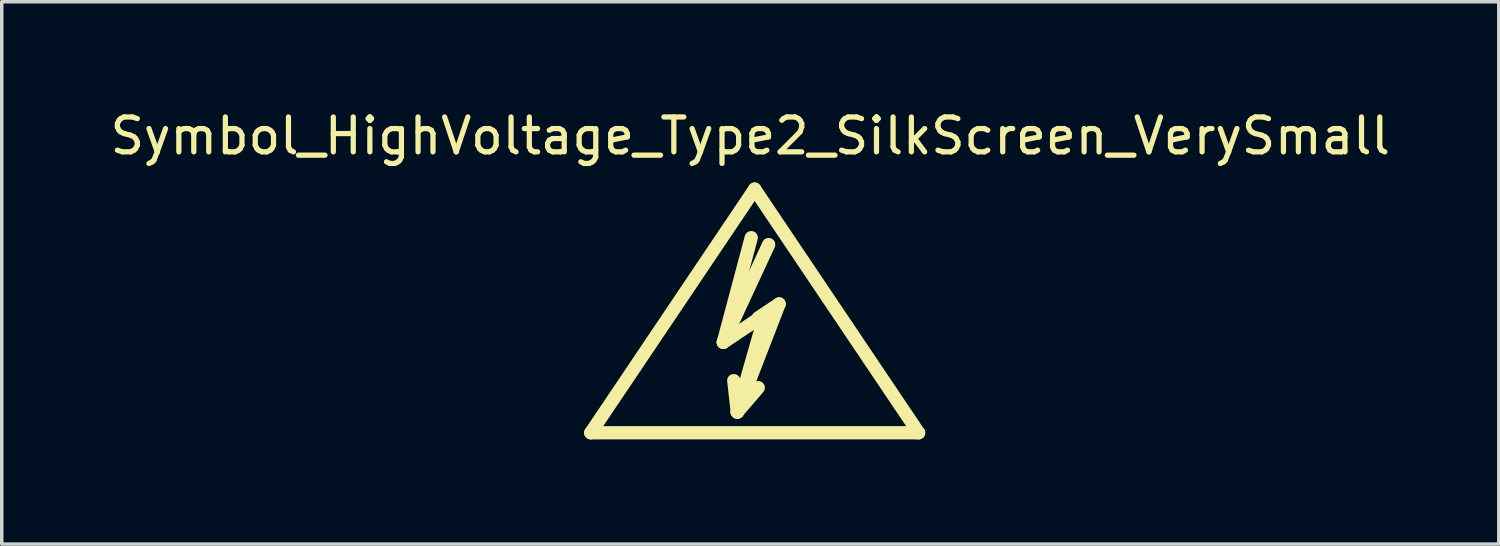
<source format=kicad_pcb>
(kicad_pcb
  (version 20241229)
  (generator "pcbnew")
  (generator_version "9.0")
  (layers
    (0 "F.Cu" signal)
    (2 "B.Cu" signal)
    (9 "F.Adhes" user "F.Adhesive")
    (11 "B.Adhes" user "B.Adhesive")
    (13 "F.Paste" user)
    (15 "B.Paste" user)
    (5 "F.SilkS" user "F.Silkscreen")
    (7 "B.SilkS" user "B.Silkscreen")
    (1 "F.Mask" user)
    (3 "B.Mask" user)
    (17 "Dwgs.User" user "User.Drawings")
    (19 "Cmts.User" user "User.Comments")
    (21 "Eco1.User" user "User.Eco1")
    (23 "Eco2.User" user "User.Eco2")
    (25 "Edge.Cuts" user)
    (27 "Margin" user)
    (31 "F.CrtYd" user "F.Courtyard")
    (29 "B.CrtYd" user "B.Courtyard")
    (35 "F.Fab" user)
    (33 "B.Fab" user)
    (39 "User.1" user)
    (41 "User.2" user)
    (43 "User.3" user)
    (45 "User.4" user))
  (footprint "Symbol_HighVoltage_Type2_SilkScreen_VerySmall"
    (layer "F.Cu")
    (at 18.585 6.563)
    (property "Reference" "Symbol_HighVoltage_Type2_SilkScreen_VerySmall" (at -0.127 -5.715 0) (layer "F.SilkS") (effects (font (size 1 1) (thickness 0.15))))
    (attr exclude_from_pos_files exclude_from_bom)
    (fp_line (start -4.699 2.794) (end 0 -4.191) (stroke (width 0.381) (type solid)) (layer "F.SilkS"))
    (fp_line (start -0.899 0.201) (end 0.3 -0.599) (stroke (width 0.381) (type solid)) (layer "F.SilkS"))
    (fp_line (start -0.899 0.201) (end 0.401 -2.601) (stroke (width 0.381) (type solid)) (layer "F.SilkS"))
    (fp_line (start -0.498 2.2) (end -0.599 1.3) (stroke (width 0.381) (type solid)) (layer "F.SilkS"))
    (fp_line (start -0.498 2.2) (end 0.102 1.501) (stroke (width 0.381) (type solid)) (layer "F.SilkS"))
    (fp_line (start -0.498 2.2) (end 0.701 -0.899) (stroke (width 0.381) (type solid)) (layer "F.SilkS"))
    (fp_line (start -0.099 -2.799) (end -0.899 0.201) (stroke (width 0.381) (type solid)) (layer "F.SilkS"))
    (fp_line (start 0 -4.191) (end 4.699 2.794) (stroke (width 0.381) (type solid)) (layer "F.SilkS"))
    (fp_line (start 0.3 -0.599) (end -0.498 2.2) (stroke (width 0.381) (type solid)) (layer "F.SilkS"))
    (fp_line (start 0.701 -0.899) (end 0.102 -0.5) (stroke (width 0.381) (type solid)) (layer "F.SilkS"))
    (fp_line (start 4.699 2.794) (end -4.699 2.794) (stroke (width 0.381) (type solid)) (layer "F.SilkS")))
  (gr_rect
    (start -3 -3)
    (end 39.917 12.548)
    (stroke (width 0.1) (type default))
    (fill no)
    (layer "Edge.Cuts")))
</source>
